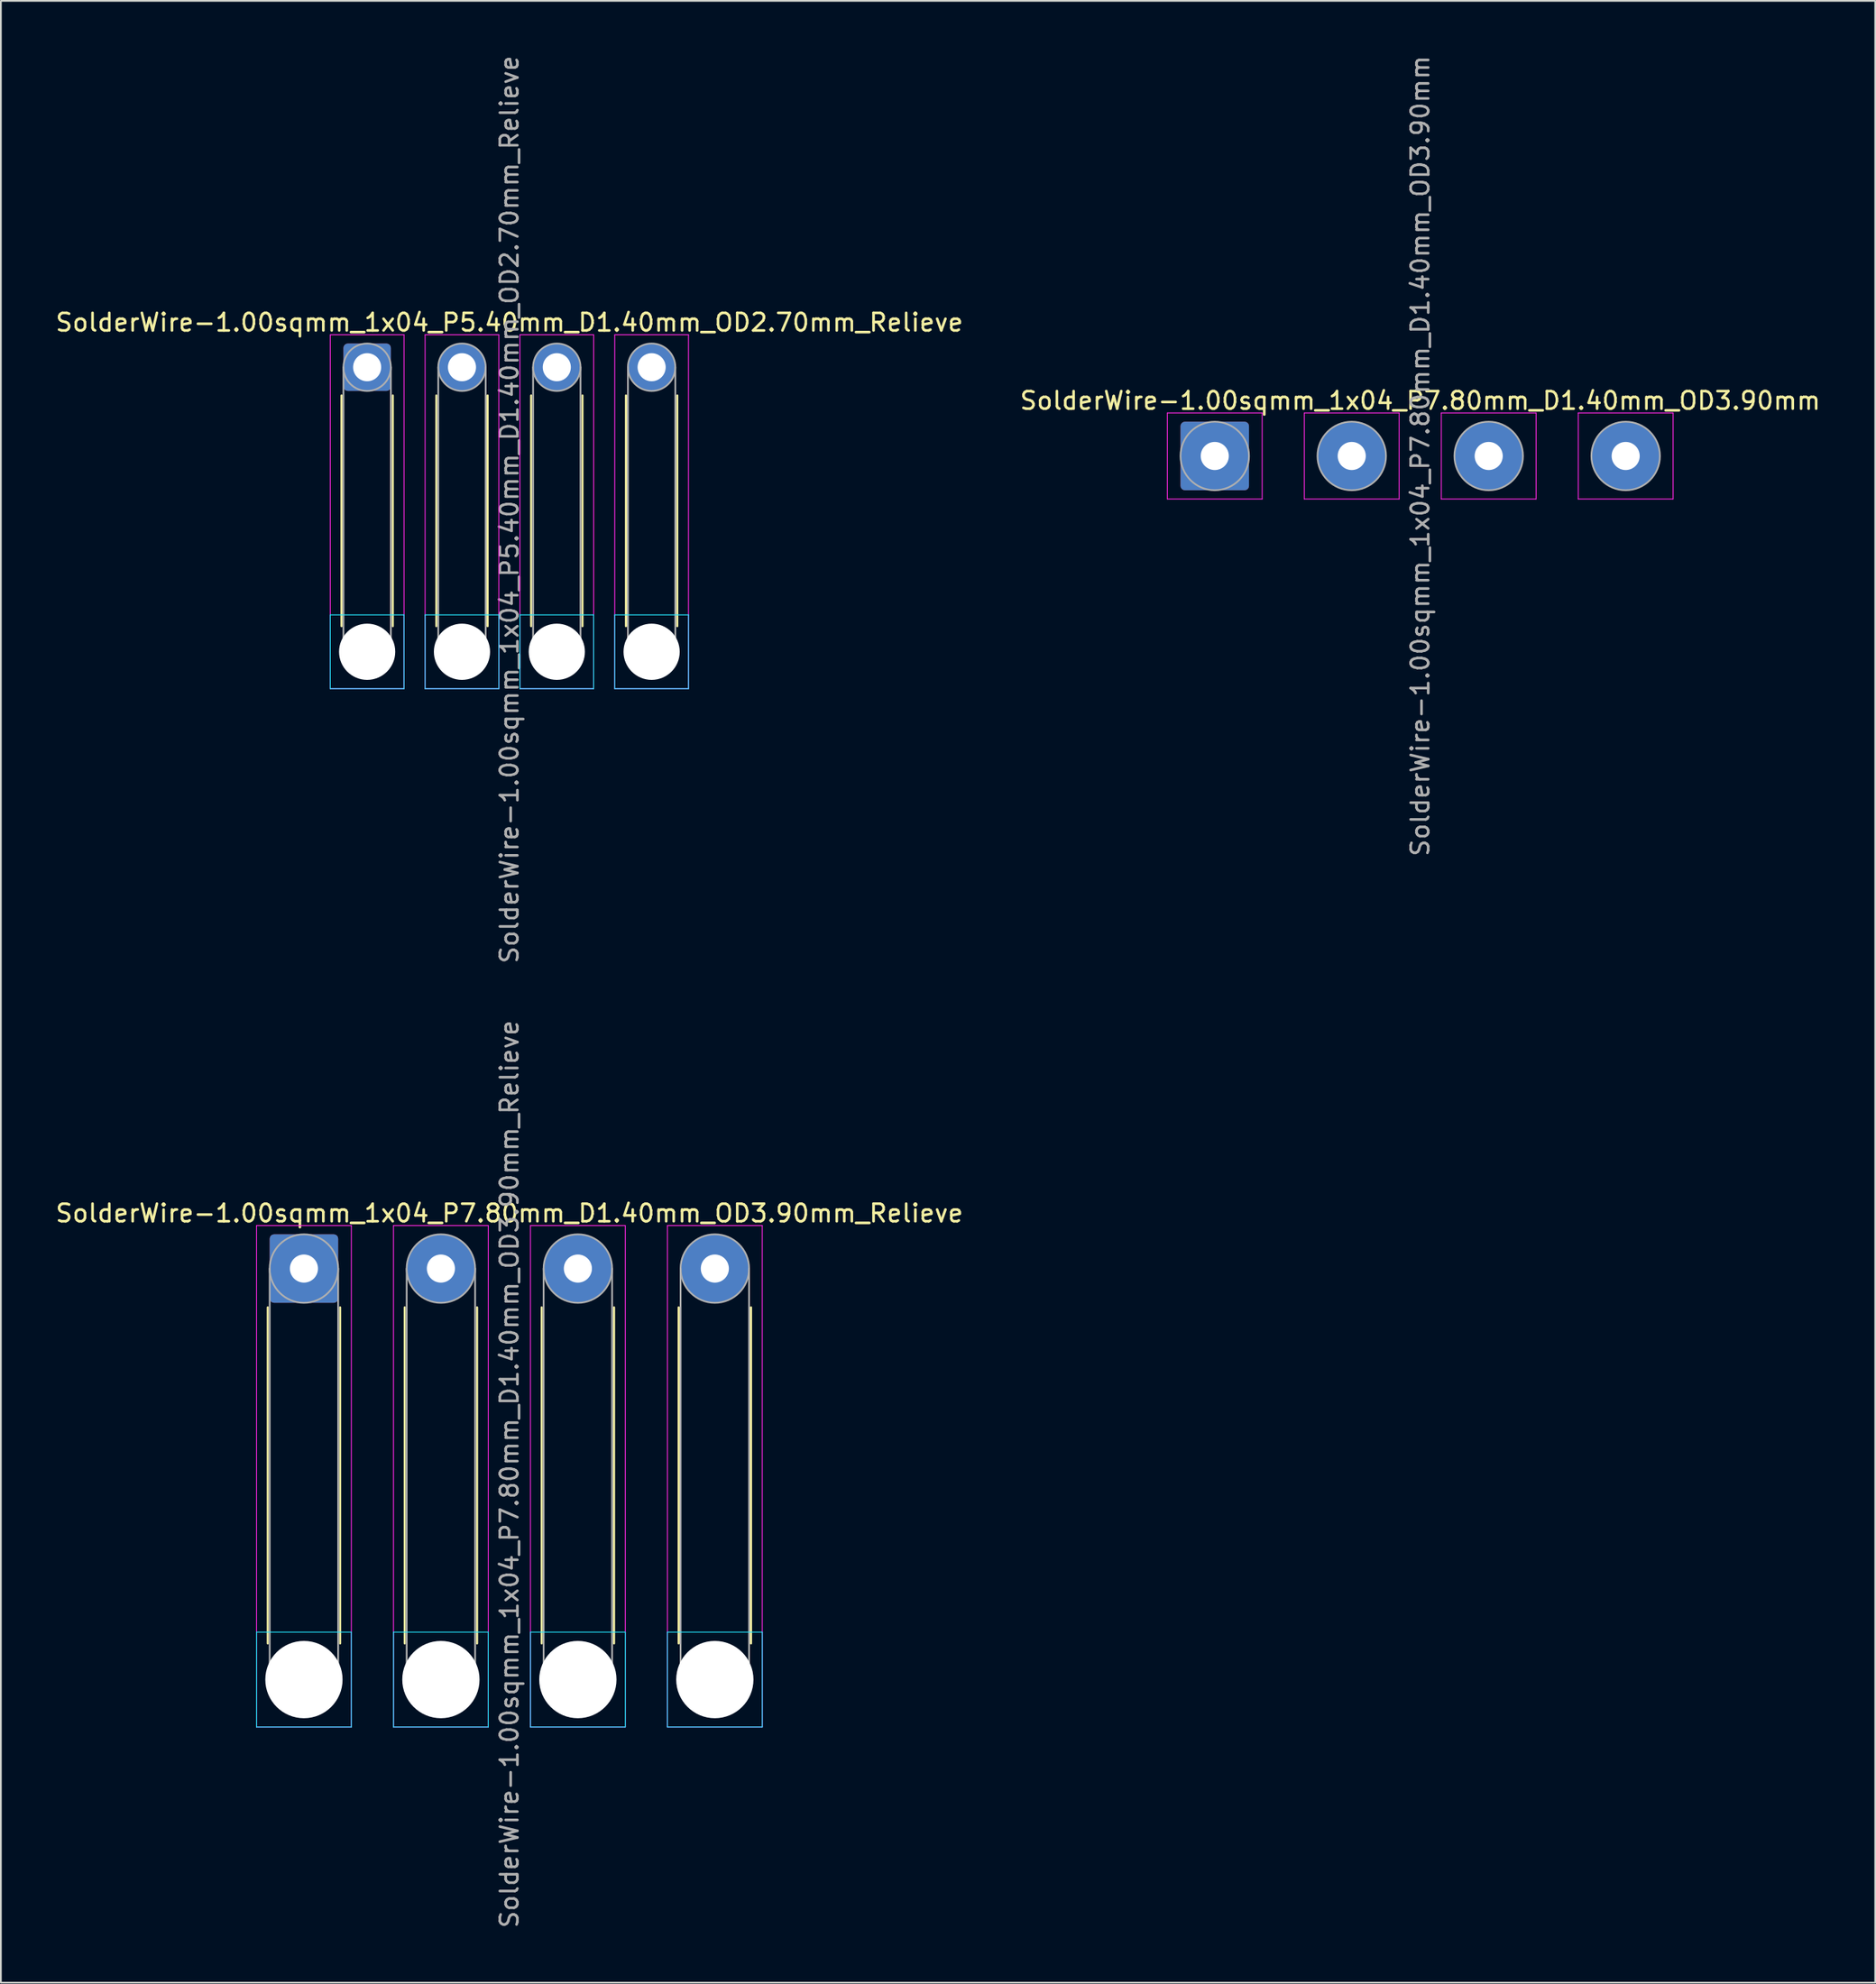
<source format=kicad_pcb>
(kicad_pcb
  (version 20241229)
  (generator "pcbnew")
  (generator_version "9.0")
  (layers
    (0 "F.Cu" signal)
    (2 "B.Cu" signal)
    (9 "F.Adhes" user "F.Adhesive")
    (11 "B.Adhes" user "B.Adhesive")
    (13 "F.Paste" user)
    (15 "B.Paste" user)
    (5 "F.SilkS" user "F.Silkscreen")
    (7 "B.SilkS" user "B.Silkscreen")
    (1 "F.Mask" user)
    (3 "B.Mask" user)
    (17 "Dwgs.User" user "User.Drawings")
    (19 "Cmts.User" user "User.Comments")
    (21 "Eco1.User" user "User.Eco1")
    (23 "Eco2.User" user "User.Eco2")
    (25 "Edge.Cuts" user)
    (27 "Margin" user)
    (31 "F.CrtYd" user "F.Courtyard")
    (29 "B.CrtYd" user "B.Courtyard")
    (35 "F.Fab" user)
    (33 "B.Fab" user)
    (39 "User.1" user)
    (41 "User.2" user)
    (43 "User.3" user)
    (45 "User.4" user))
  (footprint "SolderWire-1.00sqmm_1x04_P5.40mm_D1.40mm_OD2.70mm_Relieve"
    (layer "F.Cu")
    (at 17.858 17.858)
    (property "Reference" "SolderWire-1.00sqmm_1x04_P5.40mm_D1.40mm_OD2.70mm_Relieve" (at 8.1 -2.55 0) (layer "F.SilkS") (effects (font (size 1 1) (thickness 0.15))))
    (attr exclude_from_pos_files exclude_from_bom)
    (fp_line (start -1.46 1.61) (end -1.46 14.74) (stroke (width 0.12) (type solid)) (layer "F.SilkS"))
    (fp_line (start 1.46 1.61) (end 1.46 14.74) (stroke (width 0.12) (type solid)) (layer "F.SilkS"))
    (fp_line (start 3.94 1.61) (end 3.94 14.74) (stroke (width 0.12) (type solid)) (layer "F.SilkS"))
    (fp_line (start 6.86 1.61) (end 6.86 14.74) (stroke (width 0.12) (type solid)) (layer "F.SilkS"))
    (fp_line (start 9.34 1.61) (end 9.34 14.74) (stroke (width 0.12) (type solid)) (layer "F.SilkS"))
    (fp_line (start 12.26 1.61) (end 12.26 14.74) (stroke (width 0.12) (type solid)) (layer "F.SilkS"))
    (fp_line (start 14.74 1.61) (end 14.74 14.74) (stroke (width 0.12) (type solid)) (layer "F.SilkS"))
    (fp_line (start 17.66 1.61) (end 17.66 14.74) (stroke (width 0.12) (type solid)) (layer "F.SilkS"))
    (fp_line (start -2.1 14.1) (end -2.1 18.3) (stroke (width 0.05) (type solid)) (layer "B.CrtYd"))
    (fp_line (start -2.1 18.3) (end 2.1 18.3) (stroke (width 0.05) (type solid)) (layer "B.CrtYd"))
    (fp_line (start 2.1 14.1) (end -2.1 14.1) (stroke (width 0.05) (type solid)) (layer "B.CrtYd"))
    (fp_line (start 2.1 18.3) (end 2.1 14.1) (stroke (width 0.05) (type solid)) (layer "B.CrtYd"))
    (fp_line (start 3.3 14.1) (end 3.3 18.3) (stroke (width 0.05) (type solid)) (layer "B.CrtYd"))
    (fp_line (start 3.3 18.3) (end 7.5 18.3) (stroke (width 0.05) (type solid)) (layer "B.CrtYd"))
    (fp_line (start 7.5 14.1) (end 3.3 14.1) (stroke (width 0.05) (type solid)) (layer "B.CrtYd"))
    (fp_line (start 7.5 18.3) (end 7.5 14.1) (stroke (width 0.05) (type solid)) (layer "B.CrtYd"))
    (fp_line (start 8.7 14.1) (end 8.7 18.3) (stroke (width 0.05) (type solid)) (layer "B.CrtYd"))
    (fp_line (start 8.7 18.3) (end 12.9 18.3) (stroke (width 0.05) (type solid)) (layer "B.CrtYd"))
    (fp_line (start 12.9 14.1) (end 8.7 14.1) (stroke (width 0.05) (type solid)) (layer "B.CrtYd"))
    (fp_line (start 12.9 18.3) (end 12.9 14.1) (stroke (width 0.05) (type solid)) (layer "B.CrtYd"))
    (fp_line (start 14.1 14.1) (end 14.1 18.3) (stroke (width 0.05) (type solid)) (layer "B.CrtYd"))
    (fp_line (start 14.1 18.3) (end 18.3 18.3) (stroke (width 0.05) (type solid)) (layer "B.CrtYd"))
    (fp_line (start 18.3 14.1) (end 14.1 14.1) (stroke (width 0.05) (type solid)) (layer "B.CrtYd"))
    (fp_line (start 18.3 18.3) (end 18.3 14.1) (stroke (width 0.05) (type solid)) (layer "B.CrtYd"))
    (fp_line (start -2.1 -1.85) (end -2.1 18.3) (stroke (width 0.05) (type solid)) (layer "F.CrtYd"))
    (fp_line (start -2.1 18.3) (end 2.1 18.3) (stroke (width 0.05) (type solid)) (layer "F.CrtYd"))
    (fp_line (start 2.1 -1.85) (end -2.1 -1.85) (stroke (width 0.05) (type solid)) (layer "F.CrtYd"))
    (fp_line (start 2.1 18.3) (end 2.1 -1.85) (stroke (width 0.05) (type solid)) (layer "F.CrtYd"))
    (fp_line (start 3.3 -1.85) (end 3.3 18.3) (stroke (width 0.05) (type solid)) (layer "F.CrtYd"))
    (fp_line (start 3.3 18.3) (end 7.5 18.3) (stroke (width 0.05) (type solid)) (layer "F.CrtYd"))
    (fp_line (start 7.5 -1.85) (end 3.3 -1.85) (stroke (width 0.05) (type solid)) (layer "F.CrtYd"))
    (fp_line (start 7.5 18.3) (end 7.5 -1.85) (stroke (width 0.05) (type solid)) (layer "F.CrtYd"))
    (fp_line (start 8.7 -1.85) (end 8.7 18.3) (stroke (width 0.05) (type solid)) (layer "F.CrtYd"))
    (fp_line (start 8.7 18.3) (end 12.9 18.3) (stroke (width 0.05) (type solid)) (layer "F.CrtYd"))
    (fp_line (start 12.9 -1.85) (end 8.7 -1.85) (stroke (width 0.05) (type solid)) (layer "F.CrtYd"))
    (fp_line (start 12.9 18.3) (end 12.9 -1.85) (stroke (width 0.05) (type solid)) (layer "F.CrtYd"))
    (fp_line (start 14.1 -1.85) (end 14.1 18.3) (stroke (width 0.05) (type solid)) (layer "F.CrtYd"))
    (fp_line (start 14.1 18.3) (end 18.3 18.3) (stroke (width 0.05) (type solid)) (layer "F.CrtYd"))
    (fp_line (start 18.3 -1.85) (end 14.1 -1.85) (stroke (width 0.05) (type solid)) (layer "F.CrtYd"))
    (fp_line (start 18.3 18.3) (end 18.3 -1.85) (stroke (width 0.05) (type solid)) (layer "F.CrtYd"))
    (fp_line (start -1.35 0) (end -1.35 16.2) (stroke (width 0.1) (type solid)) (layer "F.Fab"))
    (fp_line (start 1.35 0) (end 1.35 16.2) (stroke (width 0.1) (type solid)) (layer "F.Fab"))
    (fp_line (start 4.05 0) (end 4.05 16.2) (stroke (width 0.1) (type solid)) (layer "F.Fab"))
    (fp_line (start 6.75 0) (end 6.75 16.2) (stroke (width 0.1) (type solid)) (layer "F.Fab"))
    (fp_line (start 9.45 0) (end 9.45 16.2) (stroke (width 0.1) (type solid)) (layer "F.Fab"))
    (fp_line (start 12.15 0) (end 12.15 16.2) (stroke (width 0.1) (type solid)) (layer "F.Fab"))
    (fp_line (start 14.85 0) (end 14.85 16.2) (stroke (width 0.1) (type solid)) (layer "F.Fab"))
    (fp_line (start 17.55 0) (end 17.55 16.2) (stroke (width 0.1) (type solid)) (layer "F.Fab"))
    (fp_circle (center 0 0) (end 1.35 0) (stroke (width 0.1) (type solid)) (fill no) (layer "F.Fab"))
    (fp_circle (center 0 16.2) (end 1.35 16.2) (stroke (width 0.1) (type solid)) (fill no) (layer "F.Fab"))
    (fp_circle (center 5.4 0) (end 6.75 0) (stroke (width 0.1) (type solid)) (fill no) (layer "F.Fab"))
    (fp_circle (center 5.4 16.2) (end 6.75 16.2) (stroke (width 0.1) (type solid)) (fill no) (layer "F.Fab"))
    (fp_circle (center 10.8 0) (end 12.15 0) (stroke (width 0.1) (type solid)) (fill no) (layer "F.Fab"))
    (fp_circle (center 10.8 16.2) (end 12.15 16.2) (stroke (width 0.1) (type solid)) (fill no) (layer "F.Fab"))
    (fp_circle (center 16.2 0) (end 17.55 0) (stroke (width 0.1) (type solid)) (fill no) (layer "F.Fab"))
    (fp_circle (center 16.2 16.2) (end 17.55 16.2) (stroke (width 0.1) (type solid)) (fill no) (layer "F.Fab"))
    (fp_text user "${REFERENCE}" (at 8.1 8.1 90) (layer "F.Fab") (effects (font (size 1 1) (thickness 0.15))))
    (pad "" np_thru_hole circle (at 0 16.2) (size 3.2 3.2) (drill 3.2) (layers "*.Cu" "*.Mask"))
    (pad "" np_thru_hole circle (at 5.4 16.2) (size 3.2 3.2) (drill 3.2) (layers "*.Cu" "*.Mask"))
    (pad "" np_thru_hole circle (at 10.8 16.2) (size 3.2 3.2) (drill 3.2) (layers "*.Cu" "*.Mask"))
    (pad "" np_thru_hole circle (at 16.2 16.2) (size 3.2 3.2) (drill 3.2) (layers "*.Cu" "*.Mask"))
    (pad "1" thru_hole roundrect (at 0 0) (size 2.7 2.7) (drill 1.6) (layers "*.Cu" "*.Mask") (roundrect_rratio 0.093))
    (pad "2" thru_hole circle (at 5.4 0) (size 2.7 2.7) (drill 1.6) (layers "*.Cu" "*.Mask"))
    (pad "3" thru_hole circle (at 10.8 0) (size 2.7 2.7) (drill 1.6) (layers "*.Cu" "*.Mask"))
    (pad "4" thru_hole circle (at 16.2 0) (size 2.7 2.7) (drill 1.6) (layers "*.Cu" "*.Mask")))
  (footprint "SolderWire-1.00sqmm_1x04_P7.80mm_D1.40mm_OD3.90mm"
    (layer "F.Cu")
    (at 66.127 22.911)
    (property "Reference" "SolderWire-1.00sqmm_1x04_P7.80mm_D1.40mm_OD3.90mm" (at 11.7 -3.15 0) (layer "F.SilkS") (effects (font (size 1 1) (thickness 0.15))))
    (attr exclude_from_pos_files exclude_from_bom)
    (fp_line (start -2.7 -2.45) (end -2.7 2.45) (stroke (width 0.05) (type solid)) (layer "F.CrtYd"))
    (fp_line (start -2.7 2.45) (end 2.7 2.45) (stroke (width 0.05) (type solid)) (layer "F.CrtYd"))
    (fp_line (start 2.7 -2.45) (end -2.7 -2.45) (stroke (width 0.05) (type solid)) (layer "F.CrtYd"))
    (fp_line (start 2.7 2.45) (end 2.7 -2.45) (stroke (width 0.05) (type solid)) (layer "F.CrtYd"))
    (fp_line (start 5.1 -2.45) (end 5.1 2.45) (stroke (width 0.05) (type solid)) (layer "F.CrtYd"))
    (fp_line (start 5.1 2.45) (end 10.5 2.45) (stroke (width 0.05) (type solid)) (layer "F.CrtYd"))
    (fp_line (start 10.5 -2.45) (end 5.1 -2.45) (stroke (width 0.05) (type solid)) (layer "F.CrtYd"))
    (fp_line (start 10.5 2.45) (end 10.5 -2.45) (stroke (width 0.05) (type solid)) (layer "F.CrtYd"))
    (fp_line (start 12.9 -2.45) (end 12.9 2.45) (stroke (width 0.05) (type solid)) (layer "F.CrtYd"))
    (fp_line (start 12.9 2.45) (end 18.3 2.45) (stroke (width 0.05) (type solid)) (layer "F.CrtYd"))
    (fp_line (start 18.3 -2.45) (end 12.9 -2.45) (stroke (width 0.05) (type solid)) (layer "F.CrtYd"))
    (fp_line (start 18.3 2.45) (end 18.3 -2.45) (stroke (width 0.05) (type solid)) (layer "F.CrtYd"))
    (fp_line (start 20.7 -2.45) (end 20.7 2.45) (stroke (width 0.05) (type solid)) (layer "F.CrtYd"))
    (fp_line (start 20.7 2.45) (end 26.1 2.45) (stroke (width 0.05) (type solid)) (layer "F.CrtYd"))
    (fp_line (start 26.1 -2.45) (end 20.7 -2.45) (stroke (width 0.05) (type solid)) (layer "F.CrtYd"))
    (fp_line (start 26.1 2.45) (end 26.1 -2.45) (stroke (width 0.05) (type solid)) (layer "F.CrtYd"))
    (fp_circle (center 0 0) (end 1.95 0) (stroke (width 0.1) (type solid)) (fill no) (layer "F.Fab"))
    (fp_circle (center 7.8 0) (end 9.75 0) (stroke (width 0.1) (type solid)) (fill no) (layer "F.Fab"))
    (fp_circle (center 15.6 0) (end 17.55 0) (stroke (width 0.1) (type solid)) (fill no) (layer "F.Fab"))
    (fp_circle (center 23.4 0) (end 25.35 0) (stroke (width 0.1) (type solid)) (fill no) (layer "F.Fab"))
    (fp_text user "${REFERENCE}" (at 11.7 0 90) (layer "F.Fab") (effects (font (size 1 1) (thickness 0.15))))
    (pad "1" thru_hole roundrect (at 0 0) (size 3.9 3.9) (drill 1.6) (layers "*.Cu" "*.Mask") (roundrect_rratio 0.064))
    (pad "2" thru_hole circle (at 7.8 0) (size 3.9 3.9) (drill 1.6) (layers "*.Cu" "*.Mask"))
    (pad "3" thru_hole circle (at 15.6 0) (size 3.9 3.9) (drill 1.6) (layers "*.Cu" "*.Mask"))
    (pad "4" thru_hole circle (at 23.4 0) (size 3.9 3.9) (drill 1.6) (layers "*.Cu" "*.Mask")))
  (footprint "SolderWire-1.00sqmm_1x04_P7.80mm_D1.40mm_OD3.90mm_Relieve"
    (layer "F.Cu")
    (at 14.258 69.175)
    (property "Reference" "SolderWire-1.00sqmm_1x04_P7.80mm_D1.40mm_OD3.90mm_Relieve" (at 11.7 -3.15 0) (layer "F.SilkS") (effects (font (size 1 1) (thickness 0.15))))
    (attr exclude_from_pos_files exclude_from_bom)
    (fp_line (start -2.06 2.21) (end -2.06 21.34) (stroke (width 0.12) (type solid)) (layer "F.SilkS"))
    (fp_line (start 2.06 2.21) (end 2.06 21.34) (stroke (width 0.12) (type solid)) (layer "F.SilkS"))
    (fp_line (start 5.74 2.21) (end 5.74 21.34) (stroke (width 0.12) (type solid)) (layer "F.SilkS"))
    (fp_line (start 9.86 2.21) (end 9.86 21.34) (stroke (width 0.12) (type solid)) (layer "F.SilkS"))
    (fp_line (start 13.54 2.21) (end 13.54 21.34) (stroke (width 0.12) (type solid)) (layer "F.SilkS"))
    (fp_line (start 17.66 2.21) (end 17.66 21.34) (stroke (width 0.12) (type solid)) (layer "F.SilkS"))
    (fp_line (start 21.34 2.21) (end 21.34 21.34) (stroke (width 0.12) (type solid)) (layer "F.SilkS"))
    (fp_line (start 25.46 2.21) (end 25.46 21.34) (stroke (width 0.12) (type solid)) (layer "F.SilkS"))
    (fp_line (start -2.7 20.7) (end -2.7 26.1) (stroke (width 0.05) (type solid)) (layer "B.CrtYd"))
    (fp_line (start -2.7 26.1) (end 2.7 26.1) (stroke (width 0.05) (type solid)) (layer "B.CrtYd"))
    (fp_line (start 2.7 20.7) (end -2.7 20.7) (stroke (width 0.05) (type solid)) (layer "B.CrtYd"))
    (fp_line (start 2.7 26.1) (end 2.7 20.7) (stroke (width 0.05) (type solid)) (layer "B.CrtYd"))
    (fp_line (start 5.1 20.7) (end 5.1 26.1) (stroke (width 0.05) (type solid)) (layer "B.CrtYd"))
    (fp_line (start 5.1 26.1) (end 10.5 26.1) (stroke (width 0.05) (type solid)) (layer "B.CrtYd"))
    (fp_line (start 10.5 20.7) (end 5.1 20.7) (stroke (width 0.05) (type solid)) (layer "B.CrtYd"))
    (fp_line (start 10.5 26.1) (end 10.5 20.7) (stroke (width 0.05) (type solid)) (layer "B.CrtYd"))
    (fp_line (start 12.9 20.7) (end 12.9 26.1) (stroke (width 0.05) (type solid)) (layer "B.CrtYd"))
    (fp_line (start 12.9 26.1) (end 18.3 26.1) (stroke (width 0.05) (type solid)) (layer "B.CrtYd"))
    (fp_line (start 18.3 20.7) (end 12.9 20.7) (stroke (width 0.05) (type solid)) (layer "B.CrtYd"))
    (fp_line (start 18.3 26.1) (end 18.3 20.7) (stroke (width 0.05) (type solid)) (layer "B.CrtYd"))
    (fp_line (start 20.7 20.7) (end 20.7 26.1) (stroke (width 0.05) (type solid)) (layer "B.CrtYd"))
    (fp_line (start 20.7 26.1) (end 26.1 26.1) (stroke (width 0.05) (type solid)) (layer "B.CrtYd"))
    (fp_line (start 26.1 20.7) (end 20.7 20.7) (stroke (width 0.05) (type solid)) (layer "B.CrtYd"))
    (fp_line (start 26.1 26.1) (end 26.1 20.7) (stroke (width 0.05) (type solid)) (layer "B.CrtYd"))
    (fp_line (start -2.7 -2.45) (end -2.7 26.1) (stroke (width 0.05) (type solid)) (layer "F.CrtYd"))
    (fp_line (start -2.7 26.1) (end 2.7 26.1) (stroke (width 0.05) (type solid)) (layer "F.CrtYd"))
    (fp_line (start 2.7 -2.45) (end -2.7 -2.45) (stroke (width 0.05) (type solid)) (layer "F.CrtYd"))
    (fp_line (start 2.7 26.1) (end 2.7 -2.45) (stroke (width 0.05) (type solid)) (layer "F.CrtYd"))
    (fp_line (start 5.1 -2.45) (end 5.1 26.1) (stroke (width 0.05) (type solid)) (layer "F.CrtYd"))
    (fp_line (start 5.1 26.1) (end 10.5 26.1) (stroke (width 0.05) (type solid)) (layer "F.CrtYd"))
    (fp_line (start 10.5 -2.45) (end 5.1 -2.45) (stroke (width 0.05) (type solid)) (layer "F.CrtYd"))
    (fp_line (start 10.5 26.1) (end 10.5 -2.45) (stroke (width 0.05) (type solid)) (layer "F.CrtYd"))
    (fp_line (start 12.9 -2.45) (end 12.9 26.1) (stroke (width 0.05) (type solid)) (layer "F.CrtYd"))
    (fp_line (start 12.9 26.1) (end 18.3 26.1) (stroke (width 0.05) (type solid)) (layer "F.CrtYd"))
    (fp_line (start 18.3 -2.45) (end 12.9 -2.45) (stroke (width 0.05) (type solid)) (layer "F.CrtYd"))
    (fp_line (start 18.3 26.1) (end 18.3 -2.45) (stroke (width 0.05) (type solid)) (layer "F.CrtYd"))
    (fp_line (start 20.7 -2.45) (end 20.7 26.1) (stroke (width 0.05) (type solid)) (layer "F.CrtYd"))
    (fp_line (start 20.7 26.1) (end 26.1 26.1) (stroke (width 0.05) (type solid)) (layer "F.CrtYd"))
    (fp_line (start 26.1 -2.45) (end 20.7 -2.45) (stroke (width 0.05) (type solid)) (layer "F.CrtYd"))
    (fp_line (start 26.1 26.1) (end 26.1 -2.45) (stroke (width 0.05) (type solid)) (layer "F.CrtYd"))
    (fp_line (start -1.95 0) (end -1.95 23.4) (stroke (width 0.1) (type solid)) (layer "F.Fab"))
    (fp_line (start 1.95 0) (end 1.95 23.4) (stroke (width 0.1) (type solid)) (layer "F.Fab"))
    (fp_line (start 5.85 0) (end 5.85 23.4) (stroke (width 0.1) (type solid)) (layer "F.Fab"))
    (fp_line (start 9.75 0) (end 9.75 23.4) (stroke (width 0.1) (type solid)) (layer "F.Fab"))
    (fp_line (start 13.65 0) (end 13.65 23.4) (stroke (width 0.1) (type solid)) (layer "F.Fab"))
    (fp_line (start 17.55 0) (end 17.55 23.4) (stroke (width 0.1) (type solid)) (layer "F.Fab"))
    (fp_line (start 21.45 0) (end 21.45 23.4) (stroke (width 0.1) (type solid)) (layer "F.Fab"))
    (fp_line (start 25.35 0) (end 25.35 23.4) (stroke (width 0.1) (type solid)) (layer "F.Fab"))
    (fp_circle (center 0 0) (end 1.95 0) (stroke (width 0.1) (type solid)) (fill no) (layer "F.Fab"))
    (fp_circle (center 0 23.4) (end 1.95 23.4) (stroke (width 0.1) (type solid)) (fill no) (layer "F.Fab"))
    (fp_circle (center 7.8 0) (end 9.75 0) (stroke (width 0.1) (type solid)) (fill no) (layer "F.Fab"))
    (fp_circle (center 7.8 23.4) (end 9.75 23.4) (stroke (width 0.1) (type solid)) (fill no) (layer "F.Fab"))
    (fp_circle (center 15.6 0) (end 17.55 0) (stroke (width 0.1) (type solid)) (fill no) (layer "F.Fab"))
    (fp_circle (center 15.6 23.4) (end 17.55 23.4) (stroke (width 0.1) (type solid)) (fill no) (layer "F.Fab"))
    (fp_circle (center 23.4 0) (end 25.35 0) (stroke (width 0.1) (type solid)) (fill no) (layer "F.Fab"))
    (fp_circle (center 23.4 23.4) (end 25.35 23.4) (stroke (width 0.1) (type solid)) (fill no) (layer "F.Fab"))
    (fp_text user "${REFERENCE}" (at 11.7 11.7 90) (layer "F.Fab") (effects (font (size 1 1) (thickness 0.15))))
    (pad "" np_thru_hole circle (at 0 23.4) (size 4.4 4.4) (drill 4.4) (layers "*.Cu" "*.Mask"))
    (pad "" np_thru_hole circle (at 7.8 23.4) (size 4.4 4.4) (drill 4.4) (layers "*.Cu" "*.Mask"))
    (pad "" np_thru_hole circle (at 15.6 23.4) (size 4.4 4.4) (drill 4.4) (layers "*.Cu" "*.Mask"))
    (pad "" np_thru_hole circle (at 23.4 23.4) (size 4.4 4.4) (drill 4.4) (layers "*.Cu" "*.Mask"))
    (pad "1" thru_hole roundrect (at 0 0) (size 3.9 3.9) (drill 1.6) (layers "*.Cu" "*.Mask") (roundrect_rratio 0.064))
    (pad "2" thru_hole circle (at 7.8 0) (size 3.9 3.9) (drill 1.6) (layers "*.Cu" "*.Mask"))
    (pad "3" thru_hole circle (at 15.6 0) (size 3.9 3.9) (drill 1.6) (layers "*.Cu" "*.Mask"))
    (pad "4" thru_hole circle (at 23.4 0) (size 3.9 3.9) (drill 1.6) (layers "*.Cu" "*.Mask")))
  (gr_rect
    (start -3 -3)
    (end 103.738 109.833)
    (stroke (width 0.1) (type default))
    (fill no)
    (layer "Edge.Cuts")))
</source>
